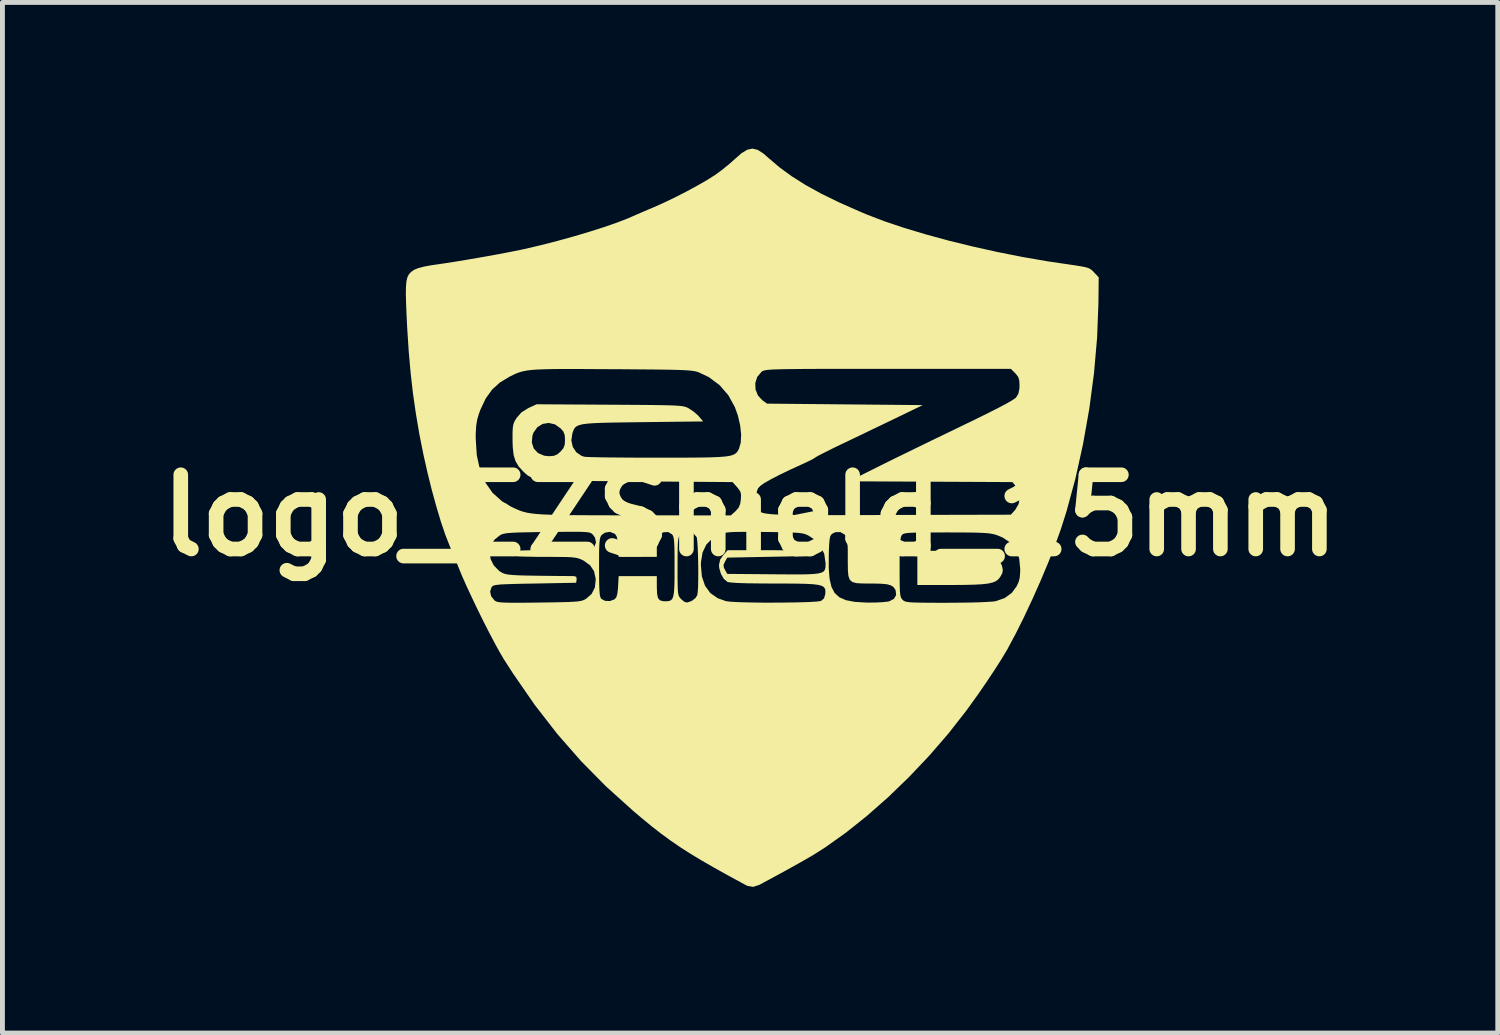
<source format=kicad_pcb>
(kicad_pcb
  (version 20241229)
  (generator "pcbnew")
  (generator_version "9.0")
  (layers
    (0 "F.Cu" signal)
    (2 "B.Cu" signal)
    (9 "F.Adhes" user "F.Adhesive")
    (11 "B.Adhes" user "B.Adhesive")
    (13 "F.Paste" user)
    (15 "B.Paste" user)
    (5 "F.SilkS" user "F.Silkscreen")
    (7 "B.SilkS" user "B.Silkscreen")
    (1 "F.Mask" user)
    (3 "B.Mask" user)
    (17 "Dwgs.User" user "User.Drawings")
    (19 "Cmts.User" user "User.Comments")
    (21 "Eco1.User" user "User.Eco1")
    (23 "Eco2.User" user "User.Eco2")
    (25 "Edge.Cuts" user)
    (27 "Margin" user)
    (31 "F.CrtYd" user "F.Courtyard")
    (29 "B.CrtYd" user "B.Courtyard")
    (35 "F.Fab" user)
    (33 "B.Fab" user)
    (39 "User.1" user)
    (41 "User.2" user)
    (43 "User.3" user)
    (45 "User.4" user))
  (footprint "logo_EZShield_15mm"
    (layer "F.Cu")
    (at 12.344 7.528)
    (property "Reference" "logo_EZShield_15mm" (at 0 0 0) (layer "F.SilkS") (effects (font (size 1.524 1.524) (thickness 0.3))))
    (attr board_only exclude_from_pos_files exclude_from_bom)
    (fp_poly (pts (xy 4.407 0.724) (xy 4.588 0.729) (xy 4.73 0.739) (xy 4.84 0.754) (xy 4.924 0.775) (xy 4.989 0.803) (xy 5.042 0.839) (xy 5.067 0.86) (xy 5.122 0.933) (xy 5.166 1.026) (xy 5.17 1.036) (xy 5.187 1.119) (xy 5.176 1.185) (xy 5.138 1.256) (xy 5.1 1.306) (xy 5.052 1.345) (xy 4.985 1.375) (xy 4.893 1.397) (xy 4.77 1.412) (xy 4.607 1.421) (xy 4.398 1.426) (xy 4.136 1.428) (xy 4.1 1.428) (xy 3.433 1.428) (xy 3.433 0.729) (xy 3.897 0.725) (xy 4.179 0.723)) (stroke (width 0) (type solid)) (fill yes) (layer "F.SilkS"))
    (fp_poly (pts (xy 0.155 -7.503) (xy 0.271 -7.429) (xy 0.37 -7.343) (xy 0.597 -7.149) (xy 0.851 -6.963) (xy 1.137 -6.782) (xy 1.463 -6.602) (xy 1.834 -6.421) (xy 2.257 -6.234) (xy 2.4 -6.174) (xy 2.754 -6.038) (xy 3.159 -5.902) (xy 3.605 -5.768) (xy 4.082 -5.638) (xy 4.581 -5.516) (xy 5.091 -5.403) (xy 5.602 -5.302) (xy 6.106 -5.215) (xy 6.349 -5.179) (xy 6.554 -5.149) (xy 6.709 -5.126) (xy 6.821 -5.107) (xy 6.9 -5.09) (xy 6.954 -5.072) (xy 6.993 -5.05) (xy 7.025 -5.023) (xy 7.059 -4.988) (xy 7.066 -4.98) (xy 7.155 -4.887) (xy 7.149 -4.35) (xy 7.122 -3.649) (xy 7.059 -2.925) (xy 6.962 -2.191) (xy 6.833 -1.462) (xy 6.676 -0.752) (xy 6.492 -0.076) (xy 6.381 0.273) (xy 6.265 0.597) (xy 6.124 0.956) (xy 5.965 1.335) (xy 5.794 1.719) (xy 5.619 2.092) (xy 5.446 2.438) (xy 5.283 2.742) (xy 5.279 2.75) (xy 5.169 2.934) (xy 5.029 3.154) (xy 4.868 3.397) (xy 4.693 3.652) (xy 4.511 3.906) (xy 4.427 4.021) (xy 4.069 4.478) (xy 3.679 4.929) (xy 3.265 5.366) (xy 2.836 5.781) (xy 2.399 6.166) (xy 1.963 6.514) (xy 1.536 6.817) (xy 1.306 6.963) (xy 1.19 7.031) (xy 1.031 7.122) (xy 0.841 7.228) (xy 0.631 7.344) (xy 0.412 7.462) (xy 0.197 7.578) (xy 0.182 7.585) (xy 0.063 7.623) (xy -0.054 7.603) (xy -0.091 7.585) (xy -0.437 7.397) (xy -0.737 7.23) (xy -0.999 7.079) (xy -1.231 6.939) (xy -1.44 6.805) (xy -1.636 6.67) (xy -1.827 6.53) (xy -2.02 6.38) (xy -2.223 6.213) (xy -2.4 6.063) (xy -2.954 5.564) (xy -3.47 5.041) (xy -3.956 4.486) (xy -4.418 3.891) (xy -4.863 3.247) (xy -5.053 2.952) (xy -5.137 2.81) (xy -5.239 2.624) (xy -5.354 2.406) (xy -5.476 2.167) (xy -5.598 1.919) (xy -5.715 1.674) (xy -5.822 1.444) (xy -5.912 1.241) (xy -5.954 1.139) (xy -6.017 0.984) (xy -6.077 0.838) (xy -6.11 0.757) (xy -5.346 0.757) (xy -5.325 0.897) (xy -5.259 1.028) (xy -5.148 1.14) (xy -5.104 1.168) (xy -5.074 1.184) (xy -5.04 1.197) (xy -4.996 1.208) (xy -4.936 1.217) (xy -4.855 1.224) (xy -4.746 1.23) (xy -4.605 1.234) (xy -4.425 1.237) (xy -4.202 1.24) (xy -3.928 1.243) (xy -3.621 1.245) (xy -3.568 1.258) (xy -3.559 1.306) (xy -3.56 1.314) (xy -3.57 1.382) (xy -4.416 1.398) (xy -4.665 1.402) (xy -4.86 1.407) (xy -5.009 1.412) (xy -5.118 1.417) (xy -5.194 1.425) (xy -5.245 1.434) (xy -5.276 1.446) (xy -5.296 1.462) (xy -5.306 1.474) (xy -5.335 1.561) (xy -5.315 1.657) (xy -5.248 1.742) (xy -5.248 1.742) (xy -5.225 1.759) (xy -5.194 1.772) (xy -5.15 1.781) (xy -5.083 1.787) (xy -4.988 1.791) (xy -4.858 1.792) (xy -4.684 1.792) (xy -4.46 1.79) (xy -4.33 1.788) (xy -4.078 1.785) (xy -3.88 1.781) (xy -3.727 1.777) (xy -3.613 1.771) (xy -3.529 1.764) (xy -3.469 1.754) (xy -3.424 1.741) (xy -3.388 1.724) (xy -3.372 1.716) (xy -3.254 1.614) (xy -3.185 1.479) (xy -3.168 1.316) (xy -3.169 1.297) (xy -3.203 1.144) (xy -3.258 1.061) (xy -3.099 1.061) (xy -3.098 1.274) (xy -3.096 1.433) (xy -3.091 1.548) (xy -3.084 1.627) (xy -3.073 1.677) (xy -3.057 1.707) (xy -3.051 1.714) (xy -2.974 1.754) (xy -2.875 1.757) (xy -2.784 1.723) (xy -2.779 1.72) (xy -2.746 1.681) (xy -2.725 1.614) (xy -2.712 1.506) (xy -2.709 1.462) (xy -2.697 1.246) (xy -1.914 1.246) (xy -1.914 1.467) (xy -1.909 1.605) (xy -1.891 1.693) (xy -1.852 1.741) (xy -1.788 1.76) (xy -1.743 1.762) (xy -1.681 1.76) (xy -1.635 1.747) (xy -1.6 1.718) (xy -1.577 1.664) (xy -1.562 1.578) (xy -1.554 1.453) (xy -1.55 1.283) (xy -1.55 1.058) (xy -1.55 1.056) (xy -1.55 1.05) (xy -1.489 1.05) (xy -1.489 1.253) (xy -1.487 1.405) (xy -1.484 1.515) (xy -1.478 1.59) (xy -1.467 1.64) (xy -1.452 1.674) (xy -1.43 1.701) (xy -1.414 1.718) (xy -1.348 1.774) (xy -1.291 1.788) (xy -1.218 1.763) (xy -1.187 1.748) (xy -1.12 1.695) (xy -1.083 1.634) (xy -1.074 1.568) (xy -1.067 1.456) (xy -1.064 1.312) (xy -1.063 1.147) (xy -1.064 1.021) (xy -1.01 1.021) (xy -0.989 1.254) (xy -0.924 1.445) (xy -0.816 1.593) (xy -0.663 1.7) (xy -0.495 1.759) (xy -0.423 1.769) (xy -0.303 1.777) (xy -0.145 1.783) (xy 0.042 1.787) (xy 0.248 1.79) (xy 0.464 1.79) (xy 0.68 1.789) (xy 0.887 1.786) (xy 1.076 1.782) (xy 1.238 1.776) (xy 1.362 1.768) (xy 1.44 1.759) (xy 1.458 1.753) (xy 1.516 1.704) (xy 1.542 1.622) (xy 1.544 1.604) (xy 1.546 1.549) (xy 1.538 1.505) (xy 1.514 1.471) (xy 1.469 1.444) (xy 1.397 1.425) (xy 1.291 1.412) (xy 1.147 1.404) (xy 0.958 1.4) (xy 0.719 1.398) (xy 0.489 1.398) (xy 0.19 1.396) (xy -0.056 1.393) (xy -0.246 1.387) (xy -0.38 1.378) (xy -0.455 1.368) (xy -0.465 1.364) (xy -0.539 1.302) (xy -0.598 1.201) (xy -0.633 1.08) (xy -0.638 1.017) (xy -0.614 0.907) (xy -0.549 0.813) (xy -0.461 0.714) (xy 0.253 0.714) (xy 0.48 0.714) (xy 0.654 0.716) (xy 0.784 0.718) (xy 0.876 0.723) (xy 0.94 0.731) (xy 0.983 0.743) (xy 1.012 0.758) (xy 1.033 0.775) (xy 1.1 0.836) (xy 0.316 0.851) (xy -0.469 0.866) (xy -0.515 0.949) (xy -0.545 1.016) (xy -0.539 1.069) (xy -0.515 1.117) (xy -0.469 1.2) (xy 0.469 1.208) (xy 0.754 1.21) (xy 0.983 1.211) (xy 1.164 1.209) (xy 1.301 1.202) (xy 1.401 1.191) (xy 1.47 1.172) (xy 1.513 1.147) (xy 1.537 1.112) (xy 1.544 1.08) (xy 1.614 1.08) (xy 1.631 1.297) (xy 1.67 1.466) (xy 1.736 1.592) (xy 1.834 1.681) (xy 1.969 1.74) (xy 2.146 1.774) (xy 2.37 1.788) (xy 2.446 1.789) (xy 2.589 1.787) (xy 2.723 1.78) (xy 2.825 1.769) (xy 2.86 1.761) (xy 2.953 1.712) (xy 2.997 1.635) (xy 2.988 1.542) (xy 2.978 1.519) (xy 2.942 1.469) (xy 2.889 1.435) (xy 2.809 1.413) (xy 2.692 1.402) (xy 2.527 1.398) (xy 2.485 1.398) (xy 2.311 1.397) (xy 2.185 1.39) (xy 2.099 1.367) (xy 2.046 1.32) (xy 2.018 1.241) (xy 2.007 1.121) (xy 2.007 1.069) (xy 3.069 1.069) (xy 3.069 1.276) (xy 3.071 1.431) (xy 3.074 1.542) (xy 3.081 1.619) (xy 3.091 1.67) (xy 3.106 1.703) (xy 3.126 1.728) (xy 3.129 1.732) (xy 3.15 1.75) (xy 3.177 1.764) (xy 3.216 1.774) (xy 3.276 1.782) (xy 3.363 1.787) (xy 3.485 1.79) (xy 3.648 1.792) (xy 3.86 1.793) (xy 4.039 1.793) (xy 4.288 1.791) (xy 4.516 1.788) (xy 4.714 1.783) (xy 4.875 1.775) (xy 4.99 1.767) (xy 5.041 1.76) (xy 5.226 1.696) (xy 5.37 1.591) (xy 5.469 1.457) (xy 5.511 1.369) (xy 5.534 1.28) (xy 5.543 1.167) (xy 5.544 1.094) (xy 5.522 0.876) (xy 5.456 0.699) (xy 5.344 0.559) (xy 5.182 0.453) (xy 5.067 0.405) (xy 5.014 0.389) (xy 4.954 0.376) (xy 4.881 0.366) (xy 4.786 0.359) (xy 4.662 0.354) (xy 4.5 0.351) (xy 4.293 0.35) (xy 4.034 0.349) (xy 4.031 0.349) (xy 3.777 0.35) (xy 3.577 0.35) (xy 3.423 0.352) (xy 3.311 0.356) (xy 3.231 0.361) (xy 3.178 0.369) (xy 3.144 0.38) (xy 3.124 0.394) (xy 3.112 0.408) (xy 3.096 0.443) (xy 3.085 0.503) (xy 3.077 0.595) (xy 3.072 0.728) (xy 3.069 0.909) (xy 3.069 1.069) (xy 2.007 1.069) (xy 2.005 0.953) (xy 2.005 0.879) (xy 2.005 0.709) (xy 2.001 0.588) (xy 1.994 0.506) (xy 1.982 0.453) (xy 1.964 0.417) (xy 1.944 0.395) (xy 1.853 0.342) (xy 1.751 0.344) (xy 1.684 0.377) (xy 1.66 0.402) (xy 1.642 0.44) (xy 1.631 0.502) (xy 1.623 0.599) (xy 1.617 0.742) (xy 1.615 0.81) (xy 1.614 1.08) (xy 1.544 1.08) (xy 1.547 1.067) (xy 1.549 1.01) (xy 1.55 0.986) (xy 1.522 0.79) (xy 1.441 0.622) (xy 1.307 0.484) (xy 1.2 0.415) (xy 1.159 0.395) (xy 1.115 0.379) (xy 1.06 0.367) (xy 0.986 0.358) (xy 0.885 0.352) (xy 0.748 0.347) (xy 0.567 0.343) (xy 0.334 0.34) (xy 0.306 0.34) (xy 0.061 0.337) (xy -0.131 0.337) (xy -0.279 0.339) (xy -0.39 0.343) (xy -0.473 0.351) (xy -0.536 0.362) (xy -0.587 0.376) (xy -0.599 0.381) (xy -0.772 0.472) (xy -0.897 0.597) (xy -0.975 0.759) (xy -1.008 0.96) (xy -1.01 1.021) (xy -1.064 1.021) (xy -1.065 0.975) (xy -1.069 0.808) (xy -1.075 0.659) (xy -1.083 0.539) (xy -1.092 0.462) (xy -1.097 0.445) (xy -1.16 0.371) (xy -1.251 0.337) (xy -1.35 0.347) (xy -1.428 0.395) (xy -1.449 0.42) (xy -1.464 0.452) (xy -1.475 0.5) (xy -1.482 0.573) (xy -1.486 0.68) (xy -1.488 0.829) (xy -1.489 1.029) (xy -1.489 1.05) (xy -1.55 1.05) (xy -1.55 0.844) (xy -1.552 0.684) (xy -1.557 0.568) (xy -1.564 0.488) (xy -1.575 0.436) (xy -1.59 0.403) (xy -1.6 0.39) (xy -1.681 0.341) (xy -1.777 0.346) (xy -1.847 0.382) (xy -1.883 0.415) (xy -1.903 0.462) (xy -1.912 0.538) (xy -1.914 0.64) (xy -1.914 0.851) (xy -2.697 0.851) (xy -2.709 0.635) (xy -2.72 0.51) (xy -2.738 0.432) (xy -2.768 0.386) (xy -2.779 0.376) (xy -2.878 0.337) (xy -2.979 0.354) (xy -3.038 0.395) (xy -3.059 0.419) (xy -3.074 0.451) (xy -3.085 0.499) (xy -3.092 0.571) (xy -3.097 0.677) (xy -3.099 0.824) (xy -3.099 1.022) (xy -3.099 1.061) (xy -3.258 1.061) (xy -3.281 1.026) (xy -3.411 0.931) (xy -3.434 0.919) (xy -3.481 0.897) (xy -3.528 0.88) (xy -3.585 0.868) (xy -3.661 0.859) (xy -3.764 0.854) (xy -3.904 0.852) (xy -4.09 0.85) (xy -4.237 0.85) (xy -4.435 0.849) (xy -4.612 0.846) (xy -4.762 0.841) (xy -4.873 0.835) (xy -4.936 0.828) (xy -4.946 0.825) (xy -4.967 0.797) (xy -4.937 0.76) (xy -4.934 0.757) (xy -4.907 0.743) (xy -4.856 0.733) (xy -4.776 0.725) (xy -4.66 0.719) (xy -4.502 0.714) (xy -4.296 0.711) (xy -4.061 0.709) (xy -3.814 0.708) (xy -3.622 0.705) (xy -3.476 0.702) (xy -3.37 0.697) (xy -3.296 0.69) (xy -3.248 0.681) (xy -3.219 0.669) (xy -3.202 0.653) (xy -3.199 0.65) (xy -3.162 0.554) (xy -3.183 0.455) (xy -3.223 0.399) (xy -3.243 0.379) (xy -3.265 0.364) (xy -3.297 0.352) (xy -3.346 0.344) (xy -3.419 0.339) (xy -3.522 0.336) (xy -3.664 0.336) (xy -3.85 0.337) (xy -4.089 0.339) (xy -4.158 0.34) (xy -4.415 0.343) (xy -4.619 0.347) (xy -4.777 0.351) (xy -4.896 0.357) (xy -4.983 0.364) (xy -5.045 0.374) (xy -5.091 0.387) (xy -5.127 0.403) (xy -5.128 0.404) (xy -5.248 0.499) (xy -5.32 0.621) (xy -5.346 0.757) (xy -6.11 0.757) (xy -6.127 0.716) (xy -6.162 0.633) (xy -6.166 0.623) (xy -6.253 0.402) (xy -6.345 0.131) (xy -6.438 -0.179) (xy -6.531 -0.518) (xy -6.62 -0.876) (xy -6.702 -1.241) (xy -6.77 -1.58) (xy -5.631 -1.58) (xy -5.609 -1.238) (xy -5.544 -0.938) (xy -5.435 -0.678) (xy -5.283 -0.461) (xy -5.087 -0.287) (xy -4.913 -0.184) (xy -4.842 -0.15) (xy -4.777 -0.12) (xy -4.714 -0.094) (xy -4.647 -0.073) (xy -4.573 -0.055) (xy -4.485 -0.041) (xy -4.379 -0.029) (xy -4.25 -0.02) (xy -4.093 -0.014) (xy -3.904 -0.009) (xy -3.678 -0.006) (xy -3.409 -0.004) (xy -3.093 -0.003) (xy -2.725 -0.002) (xy -2.393 -0.002) (xy -0.396 0) (xy -0.3 -0.085) (xy -0.237 -0.156) (xy -0.203 -0.237) (xy -0.19 -0.324) (xy -0.185 -0.422) (xy -0.2 -0.489) (xy -0.243 -0.552) (xy -0.267 -0.581) (xy -0.36 -0.684) (xy -2.345 -0.699) (xy -2.753 -0.702) (xy -3.106 -0.705) (xy -3.407 -0.708) (xy -3.661 -0.712) (xy -3.873 -0.716) (xy -4.047 -0.722) (xy -4.187 -0.73) (xy -4.299 -0.74) (xy -4.386 -0.753) (xy -4.454 -0.769) (xy -4.507 -0.788) (xy -4.55 -0.811) (xy -4.587 -0.839) (xy -4.622 -0.871) (xy -4.659 -0.905) (xy -4.751 -1.007) (xy -4.814 -1.114) (xy -4.853 -1.24) (xy -4.871 -1.402) (xy -4.874 -1.494) (xy -4.479 -1.494) (xy -4.439 -1.372) (xy -4.352 -1.28) (xy -4.227 -1.226) (xy -4.128 -1.215) (xy -4.026 -1.223) (xy -3.953 -1.255) (xy -3.891 -1.309) (xy -3.831 -1.38) (xy -3.804 -1.453) (xy -3.798 -1.55) (xy -3.805 -1.652) (xy -3.834 -1.724) (xy -3.888 -1.786) (xy -4.006 -1.869) (xy -4.133 -1.898) (xy -4.257 -1.878) (xy -4.365 -1.811) (xy -4.444 -1.702) (xy -4.467 -1.637) (xy -4.479 -1.494) (xy -4.874 -1.494) (xy -4.875 -1.552) (xy -4.875 -1.697) (xy -4.87 -1.798) (xy -4.858 -1.87) (xy -4.836 -1.928) (xy -4.8 -1.987) (xy -4.791 -2.002) (xy -4.692 -2.115) (xy -4.556 -2.2) (xy -4.542 -2.207) (xy -4.38 -2.281) (xy -2.881 -2.272) (xy -2.541 -2.27) (xy -2.256 -2.268) (xy -2.021 -2.266) (xy -1.83 -2.263) (xy -1.679 -2.26) (xy -1.561 -2.256) (xy -1.471 -2.25) (xy -1.404 -2.244) (xy -1.355 -2.235) (xy -1.318 -2.224) (xy -1.287 -2.212) (xy -1.257 -2.196) (xy -1.157 -2.13) (xy -1.066 -2.05) (xy -1.048 -2.029) (xy -0.963 -1.929) (xy -2.206 -1.914) (xy -2.53 -1.91) (xy -2.798 -1.906) (xy -3.017 -1.901) (xy -3.192 -1.894) (xy -3.327 -1.885) (xy -3.43 -1.872) (xy -3.504 -1.854) (xy -3.556 -1.832) (xy -3.592 -1.803) (xy -3.616 -1.767) (xy -3.634 -1.723) (xy -3.647 -1.682) (xy -3.668 -1.539) (xy -3.639 -1.407) (xy -3.567 -1.297) (xy -3.46 -1.223) (xy -3.399 -1.204) (xy -3.349 -1.2) (xy -3.246 -1.196) (xy -3.095 -1.193) (xy -2.903 -1.19) (xy -2.676 -1.188) (xy -2.42 -1.186) (xy -2.143 -1.185) (xy -1.894 -1.185) (xy -1.545 -1.185) (xy -1.251 -1.186) (xy -1.008 -1.188) (xy -0.81 -1.192) (xy -0.652 -1.198) (xy -0.529 -1.207) (xy -0.436 -1.219) (xy -0.368 -1.236) (xy -0.318 -1.257) (xy -0.283 -1.283) (xy -0.258 -1.314) (xy -0.236 -1.352) (xy -0.23 -1.363) (xy -0.192 -1.49) (xy -0.183 -1.655) (xy -0.203 -1.845) (xy -0.249 -2.046) (xy -0.313 -2.224) (xy -0.448 -2.469) (xy -0.628 -2.676) (xy -0.684 -2.717) (xy 0.107 -2.717) (xy 0.112 -2.584) (xy 0.162 -2.46) (xy 0.253 -2.363) (xy 0.349 -2.294) (xy 1.946 -2.279) (xy 3.543 -2.264) (xy 2.994 -1.998) (xy 2.774 -1.892) (xy 2.523 -1.772) (xy 2.266 -1.648) (xy 2.025 -1.533) (xy 1.9 -1.473) (xy 1.732 -1.393) (xy 1.584 -1.319) (xy 1.463 -1.258) (xy 1.379 -1.214) (xy 1.34 -1.19) (xy 1.338 -1.189) (xy 1.305 -1.166) (xy 1.229 -1.126) (xy 1.124 -1.076) (xy 1.063 -1.048) (xy 0.82 -0.937) (xy 0.606 -0.834) (xy 0.429 -0.742) (xy 0.292 -0.664) (xy 0.202 -0.603) (xy 0.169 -0.571) (xy 0.139 -0.491) (xy 0.123 -0.379) (xy 0.125 -0.262) (xy 0.145 -0.167) (xy 0.153 -0.15) (xy 0.167 -0.124) (xy 0.181 -0.102) (xy 0.2 -0.082) (xy 0.227 -0.065) (xy 0.267 -0.05) (xy 0.322 -0.039) (xy 0.398 -0.029) (xy 0.498 -0.021) (xy 0.625 -0.015) (xy 0.784 -0.011) (xy 0.978 -0.008) (xy 1.212 -0.007) (xy 1.49 -0.006) (xy 1.814 -0.006) (xy 2.19 -0.007) (xy 2.621 -0.008) (xy 2.851 -0.009) (xy 5.352 -0.015) (xy 5.441 -0.114) (xy 5.511 -0.233) (xy 5.535 -0.368) (xy 5.513 -0.501) (xy 5.456 -0.598) (xy 5.383 -0.684) (xy 3.707 -0.692) (xy 2.03 -0.7) (xy 2.603 -0.987) (xy 2.764 -1.067) (xy 2.97 -1.169) (xy 3.21 -1.286) (xy 3.472 -1.414) (xy 3.748 -1.548) (xy 4.026 -1.682) (xy 4.284 -1.807) (xy 4.607 -1.963) (xy 4.876 -2.096) (xy 5.092 -2.205) (xy 5.258 -2.293) (xy 5.374 -2.36) (xy 5.443 -2.406) (xy 5.461 -2.423) (xy 5.507 -2.5) (xy 5.527 -2.599) (xy 5.53 -2.668) (xy 5.524 -2.773) (xy 5.502 -2.843) (xy 5.454 -2.906) (xy 5.441 -2.919) (xy 5.352 -3.008) (xy 2.832 -3.008) (xy 2.382 -3.008) (xy 1.99 -3.008) (xy 1.65 -3.007) (xy 1.358 -3.007) (xy 1.112 -3.006) (xy 0.907 -3.004) (xy 0.738 -3.002) (xy 0.602 -2.999) (xy 0.496 -2.996) (xy 0.414 -2.991) (xy 0.354 -2.986) (xy 0.31 -2.979) (xy 0.28 -2.972) (xy 0.258 -2.963) (xy 0.242 -2.953) (xy 0.233 -2.945) (xy 0.147 -2.843) (xy 0.107 -2.717) (xy -0.684 -2.717) (xy -0.848 -2.839) (xy -1.048 -2.934) (xy -1.085 -2.947) (xy -1.127 -2.958) (xy -1.179 -2.967) (xy -1.246 -2.974) (xy -1.334 -2.98) (xy -1.448 -2.985) (xy -1.592 -2.989) (xy -1.773 -2.992) (xy -1.996 -2.995) (xy -2.265 -2.997) (xy -2.586 -3) (xy -2.841 -3.001) (xy -3.212 -3.003) (xy -3.529 -3.005) (xy -3.795 -3.005) (xy -4.017 -3.004) (xy -4.2 -3) (xy -4.349 -2.995) (xy -4.471 -2.987) (xy -4.57 -2.975) (xy -4.651 -2.96) (xy -4.721 -2.942) (xy -4.785 -2.919) (xy -4.848 -2.891) (xy -4.915 -2.858) (xy -4.931 -2.85) (xy -5.132 -2.73) (xy -5.294 -2.583) (xy -5.425 -2.401) (xy -5.533 -2.173) (xy -5.567 -2.081) (xy -5.601 -1.965) (xy -5.621 -1.84) (xy -5.63 -1.686) (xy -5.631 -1.58) (xy -6.77 -1.58) (xy -6.775 -1.604) (xy -6.788 -1.671) (xy -6.859 -2.09) (xy -6.918 -2.501) (xy -6.966 -2.918) (xy -7.005 -3.357) (xy -7.036 -3.832) (xy -7.05 -4.109) (xy -7.06 -4.356) (xy -7.065 -4.549) (xy -7.062 -4.698) (xy -7.052 -4.809) (xy -7.032 -4.89) (xy -7.001 -4.95) (xy -6.958 -4.996) (xy -6.901 -5.036) (xy -6.895 -5.04) (xy -6.817 -5.073) (xy -6.698 -5.105) (xy -6.561 -5.131) (xy -6.536 -5.135) (xy -6.3 -5.169) (xy -6.032 -5.211) (xy -5.744 -5.259) (xy -5.453 -5.309) (xy -5.172 -5.36) (xy -4.917 -5.409) (xy -4.702 -5.452) (xy -4.633 -5.467) (xy -4.3 -5.545) (xy -3.96 -5.632) (xy -3.623 -5.725) (xy -3.3 -5.821) (xy -3.001 -5.916) (xy -2.736 -6.008) (xy -2.515 -6.093) (xy -2.431 -6.13) (xy -2.344 -6.168) (xy -2.22 -6.221) (xy -2.079 -6.282) (xy -1.99 -6.319) (xy -1.779 -6.413) (xy -1.547 -6.524) (xy -1.31 -6.645) (xy -1.083 -6.768) (xy -0.881 -6.884) (xy -0.72 -6.986) (xy -0.714 -6.99) (xy -0.582 -7.087) (xy -0.44 -7.201) (xy -0.319 -7.308) (xy -0.319 -7.308) (xy -0.178 -7.432) (xy -0.059 -7.505) (xy 0.048 -7.528)) (stroke (width 0) (type solid)) (fill yes) (layer "F.SilkS")))
  (gr_rect
    (start -3 -3)
    (end 27.689 18.151)
    (stroke (width 0.1) (type default))
    (fill no)
    (layer "Edge.Cuts")))
</source>
